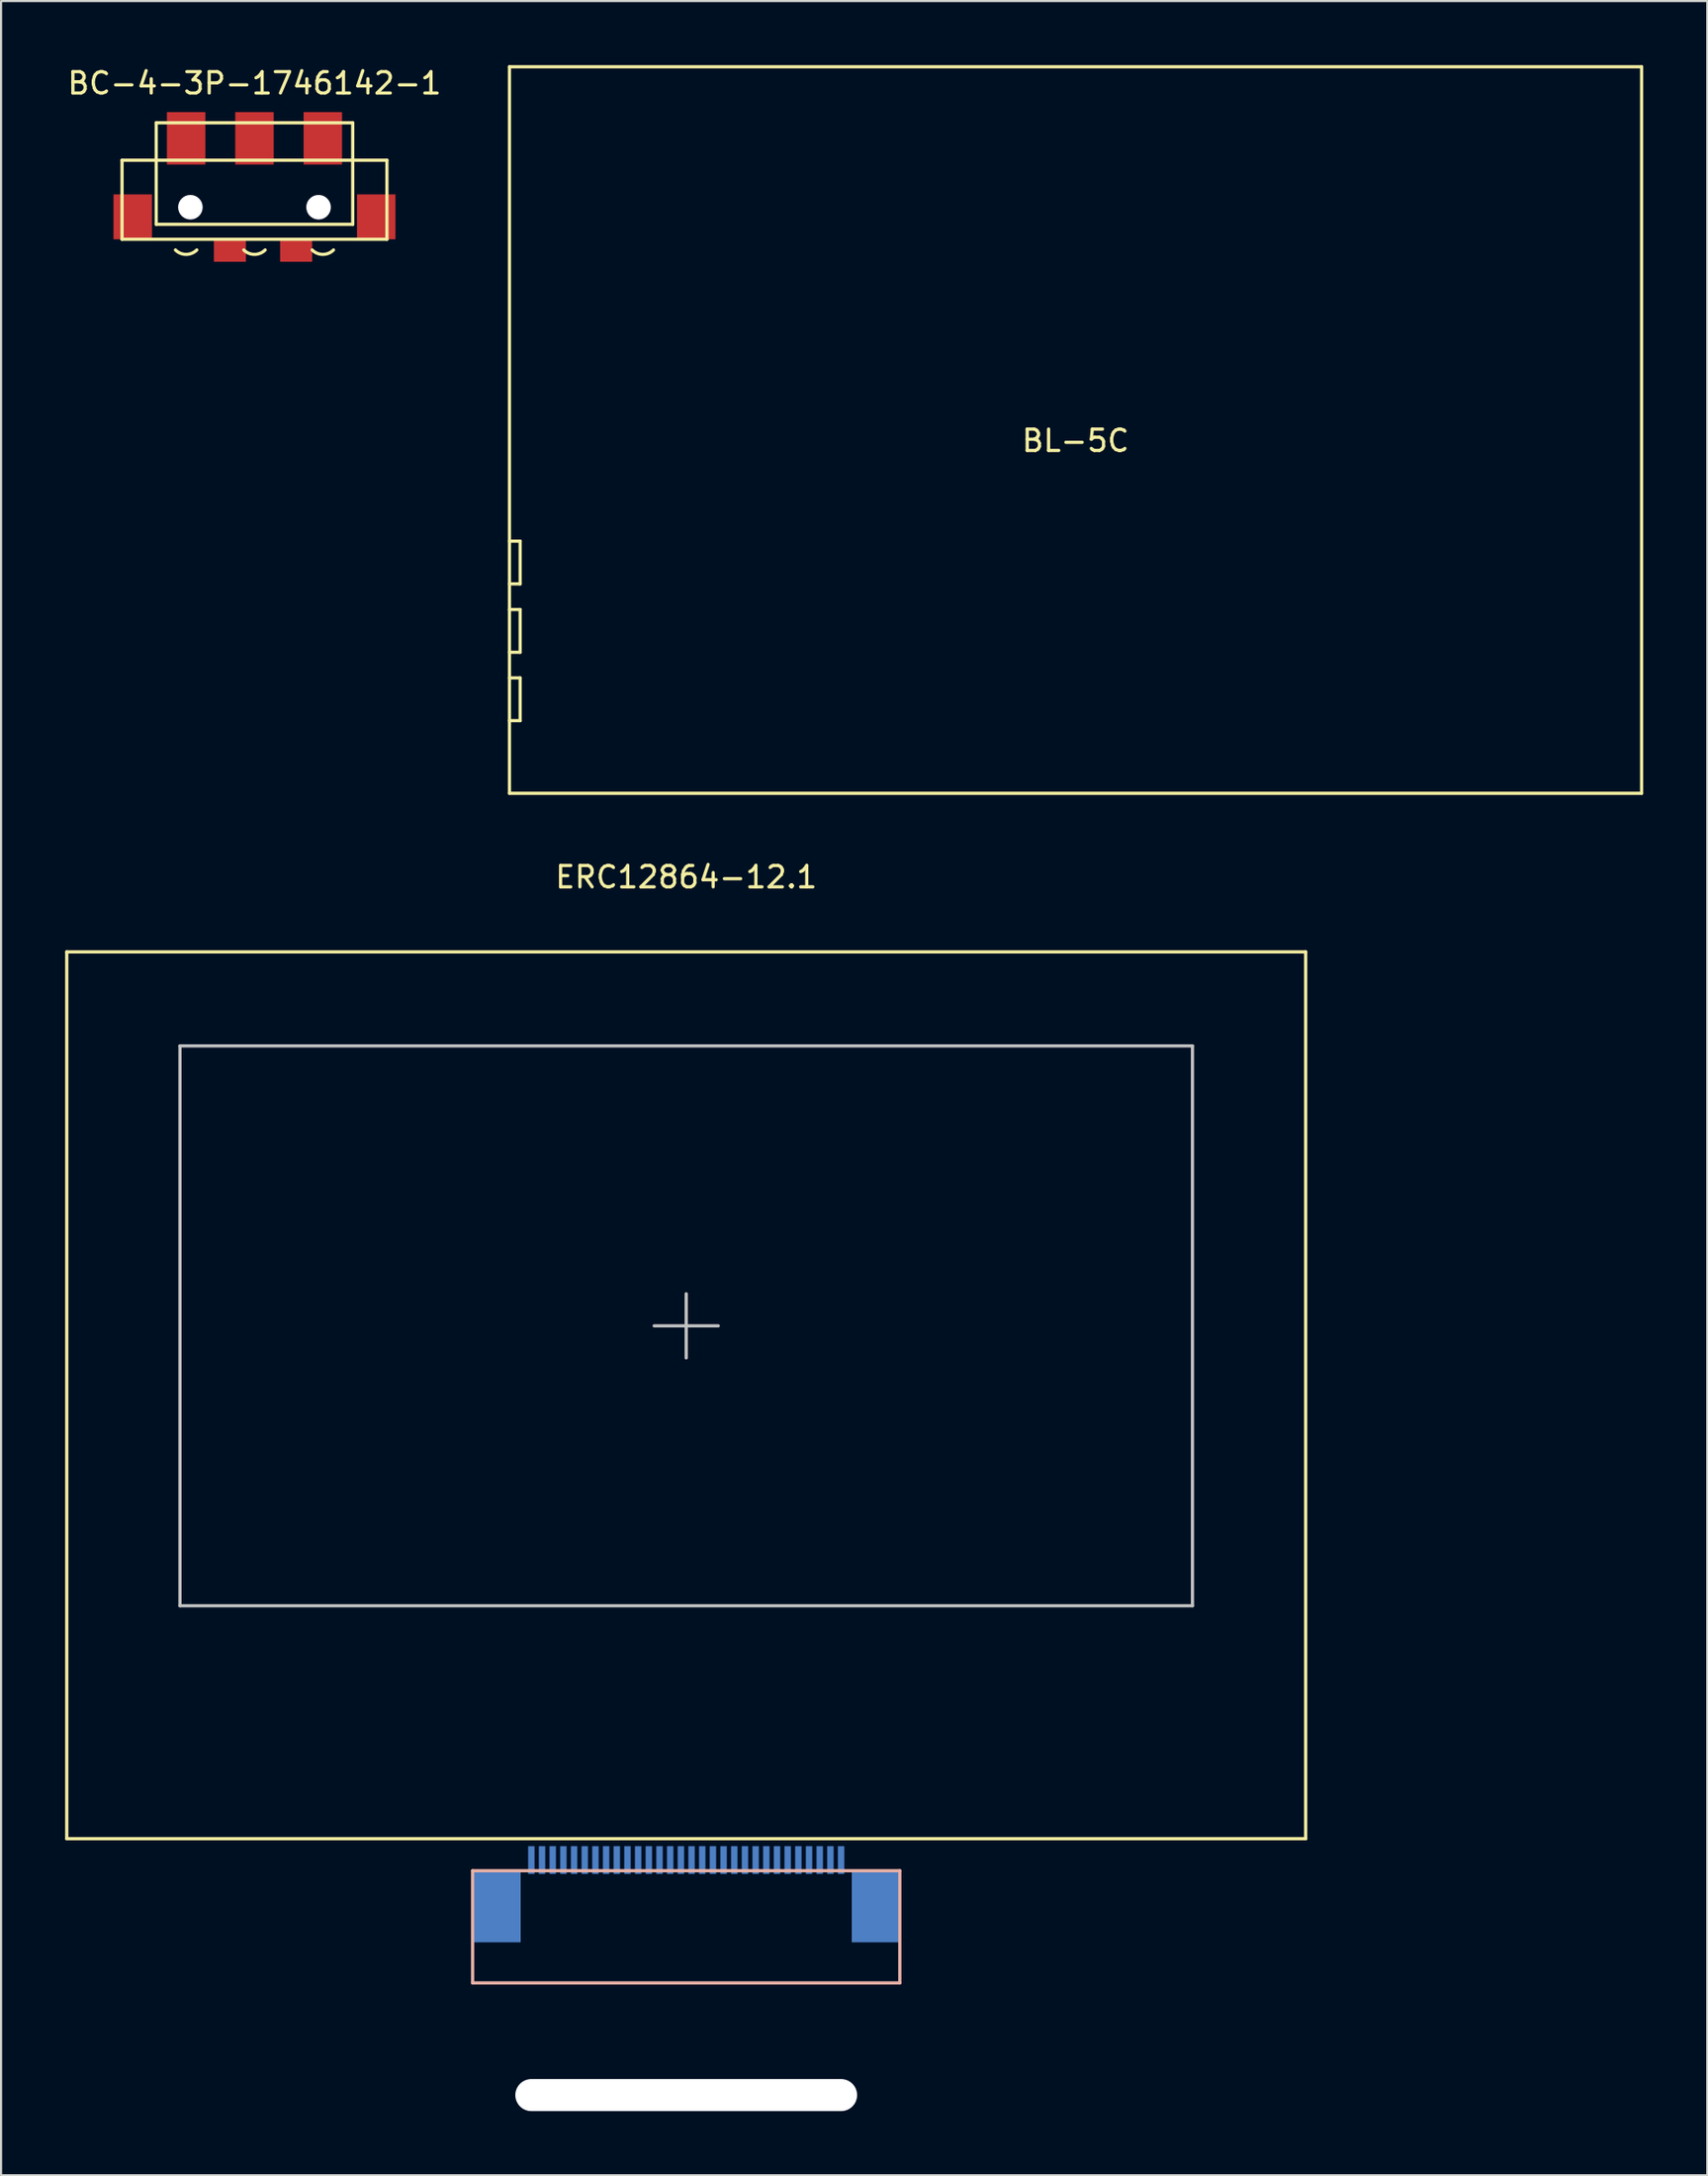
<source format=kicad_pcb>
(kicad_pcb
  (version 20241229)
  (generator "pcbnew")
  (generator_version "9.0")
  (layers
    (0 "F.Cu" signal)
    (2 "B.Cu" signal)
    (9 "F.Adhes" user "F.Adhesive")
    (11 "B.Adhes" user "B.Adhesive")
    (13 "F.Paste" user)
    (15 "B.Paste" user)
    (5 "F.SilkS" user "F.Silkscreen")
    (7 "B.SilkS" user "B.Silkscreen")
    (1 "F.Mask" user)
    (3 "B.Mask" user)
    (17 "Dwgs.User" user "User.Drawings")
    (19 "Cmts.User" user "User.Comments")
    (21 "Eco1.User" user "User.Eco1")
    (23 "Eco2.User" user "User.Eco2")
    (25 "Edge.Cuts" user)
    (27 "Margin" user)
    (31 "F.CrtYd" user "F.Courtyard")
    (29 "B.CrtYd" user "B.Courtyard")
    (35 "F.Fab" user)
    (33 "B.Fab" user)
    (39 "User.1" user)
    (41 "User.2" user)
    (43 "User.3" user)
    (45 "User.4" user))
  (footprint "ERC12864-12.1"
    (layer "F.Cu")
    (at 29.075 58.998)
    (property "Reference" "ERC12864-12.1" (at 0 -21 0) (layer "F.SilkS") (effects (font (size 1 1) (thickness 0.15))))
    (attr through_hole)
    (fp_line (start -29 -17.5) (end 29 -17.5) (stroke (width 0.15) (type solid)) (layer "F.SilkS"))
    (fp_line (start -29 24) (end -29 -17.5) (stroke (width 0.15) (type solid)) (layer "F.SilkS"))
    (fp_line (start 29 -17.5) (end 29 24) (stroke (width 0.15) (type solid)) (layer "F.SilkS"))
    (fp_line (start 29 24) (end -29 24) (stroke (width 0.15) (type solid)) (layer "F.SilkS"))
    (fp_line (start -10 25.5) (end -10 30.75) (stroke (width 0.15) (type solid)) (layer "B.SilkS"))
    (fp_line (start -10 30.75) (end 10 30.75) (stroke (width 0.15) (type solid)) (layer "B.SilkS"))
    (fp_line (start 10 25.5) (end -10 25.5) (stroke (width 0.15) (type solid)) (layer "B.SilkS"))
    (fp_line (start 10 30.75) (end 10 25.5) (stroke (width 0.15) (type solid)) (layer "B.SilkS"))
    (fp_line (start -23.7 -13.1) (end 23.7 -13.1) (stroke (width 0.15) (type solid)) (layer "Dwgs.User"))
    (fp_line (start -23.7 13.1) (end -23.7 -13.1) (stroke (width 0.15) (type solid)) (layer "Dwgs.User"))
    (fp_line (start -1.5 0) (end 1.5 0) (stroke (width 0.15) (type solid)) (layer "Dwgs.User"))
    (fp_line (start 0 -1.5) (end 0 1.5) (stroke (width 0.15) (type solid)) (layer "Dwgs.User"))
    (fp_line (start 23.7 -13.1) (end 23.7 13.1) (stroke (width 0.15) (type solid)) (layer "Dwgs.User"))
    (fp_line (start 23.7 13.1) (end -23.7 13.1) (stroke (width 0.15) (type solid)) (layer "Dwgs.User"))
    (pad "" np_thru_hole oval (at 0 36) (size 16 1.5) (drill oval 16 1.5) (layers "*.Cu" "*.Mask"))
    (pad "1" smd rect (at 7.25 25) (size 0.3 1.3) (layers "B.Cu" "B.Mask" "B.Paste"))
    (pad "2" smd rect (at 6.75 25) (size 0.3 1.3) (layers "B.Cu" "B.Mask" "B.Paste"))
    (pad "3" smd rect (at 6.25 25) (size 0.3 1.3) (layers "B.Cu" "B.Mask" "B.Paste"))
    (pad "4" smd rect (at 5.75 25) (size 0.3 1.3) (layers "B.Cu" "B.Mask" "B.Paste"))
    (pad "5" smd rect (at 5.25 25) (size 0.3 1.3) (layers "B.Cu" "B.Mask" "B.Paste"))
    (pad "6" smd rect (at 4.75 25) (size 0.3 1.3) (layers "B.Cu" "B.Mask" "B.Paste"))
    (pad "7" smd rect (at 4.25 25) (size 0.3 1.3) (layers "B.Cu" "B.Mask" "B.Paste"))
    (pad "8" smd rect (at 3.75 25) (size 0.3 1.3) (layers "B.Cu" "B.Mask" "B.Paste"))
    (pad "9" smd rect (at 3.25 25) (size 0.3 1.3) (layers "B.Cu" "B.Mask" "B.Paste"))
    (pad "10" smd rect (at 2.75 25) (size 0.3 1.3) (layers "B.Cu" "B.Mask" "B.Paste"))
    (pad "11" smd rect (at 2.25 25) (size 0.3 1.3) (layers "B.Cu" "B.Mask" "B.Paste"))
    (pad "12" smd rect (at 1.75 25) (size 0.3 1.3) (layers "B.Cu" "B.Mask" "B.Paste"))
    (pad "13" smd rect (at 1.25 25) (size 0.3 1.3) (layers "B.Cu" "B.Mask" "B.Paste"))
    (pad "14" smd rect (at 0.75 25) (size 0.3 1.3) (layers "B.Cu" "B.Mask" "B.Paste"))
    (pad "15" smd rect (at 0.25 25) (size 0.3 1.3) (layers "B.Cu" "B.Mask" "B.Paste"))
    (pad "16" smd rect (at -0.25 25) (size 0.3 1.3) (layers "B.Cu" "B.Mask" "B.Paste"))
    (pad "17" smd rect (at -0.75 25) (size 0.3 1.3) (layers "B.Cu" "B.Mask" "B.Paste"))
    (pad "18" smd rect (at -1.25 25) (size 0.3 1.3) (layers "B.Cu" "B.Mask" "B.Paste"))
    (pad "19" smd rect (at -1.75 25) (size 0.3 1.3) (layers "B.Cu" "B.Mask" "B.Paste"))
    (pad "20" smd rect (at -2.25 25) (size 0.3 1.3) (layers "B.Cu" "B.Mask" "B.Paste"))
    (pad "21" smd rect (at -2.75 25) (size 0.3 1.3) (layers "B.Cu" "B.Mask" "B.Paste"))
    (pad "22" smd rect (at -3.25 25) (size 0.3 1.3) (layers "B.Cu" "B.Mask" "B.Paste"))
    (pad "23" smd rect (at -3.75 25) (size 0.3 1.3) (layers "B.Cu" "B.Mask" "B.Paste"))
    (pad "24" smd rect (at -4.25 25) (size 0.3 1.3) (layers "B.Cu" "B.Mask" "B.Paste"))
    (pad "25" smd rect (at -4.75 25) (size 0.3 1.3) (layers "B.Cu" "B.Mask" "B.Paste"))
    (pad "26" smd rect (at -5.25 25) (size 0.3 1.3) (layers "B.Cu" "B.Mask" "B.Paste"))
    (pad "27" smd rect (at -5.75 25) (size 0.3 1.3) (layers "B.Cu" "B.Mask" "B.Paste"))
    (pad "28" smd rect (at -6.25 25) (size 0.3 1.3) (layers "B.Cu" "B.Mask" "B.Paste"))
    (pad "29" smd rect (at -6.75 25) (size 0.3 1.3) (layers "B.Cu" "B.Mask" "B.Paste"))
    (pad "30" smd rect (at -7.25 25) (size 0.3 1.3) (layers "B.Cu" "B.Mask" "B.Paste"))
    (pad "MP" smd rect (at -8.85 27.2) (size 2.2 3.3) (layers "B.Cu" "B.Mask" "B.Paste"))
    (pad "MP" smd rect (at 8.85 27.2) (size 2.2 3.3) (layers "B.Cu" "B.Mask" "B.Paste")))
  (footprint "BC-4-3P-1746142-1"
    (layer "F.Cu")
    (at 8.863 8.848)
    (property "Reference" "BC-4-3P-1746142-1" (at 0 -8 0) (layer "F.SilkS") (effects (font (size 1 1) (thickness 0.15))))
    (attr through_hole)
    (fp_line (start -6.2 -4.4) (end -6.2 -0.7) (stroke (width 0.15) (type solid)) (layer "F.SilkS"))
    (fp_line (start -6.2 -0.7) (end 6.2 -0.7) (stroke (width 0.15) (type solid)) (layer "F.SilkS"))
    (fp_line (start -4.6 -6.15) (end -4.6 -1.4) (stroke (width 0.15) (type solid)) (layer "F.SilkS"))
    (fp_line (start -4.6 -1.4) (end 4.6 -1.4) (stroke (width 0.15) (type solid)) (layer "F.SilkS"))
    (fp_line (start 4.6 -6.15) (end -4.6 -6.15) (stroke (width 0.15) (type solid)) (layer "F.SilkS"))
    (fp_line (start 4.6 -1.4) (end 4.6 -6.15) (stroke (width 0.15) (type solid)) (layer "F.SilkS"))
    (fp_line (start 6.2 -4.4) (end -6.2 -4.4) (stroke (width 0.15) (type solid)) (layer "F.SilkS"))
    (fp_line (start 6.2 -0.7) (end 6.2 -4.4) (stroke (width 0.15) (type solid)) (layer "F.SilkS"))
    (fp_arc (start -2.7 -0.2) (mid -3.2 0.007107) (end -3.7 -0.2) (stroke (width 0.15) (type solid)) (layer "F.SilkS"))
    (fp_arc (start 0.5 -0.2) (mid 0 0.007107) (end -0.5 -0.2) (stroke (width 0.15) (type solid)) (layer "F.SilkS"))
    (fp_arc (start 3.7 -0.2) (mid 3.2 0.007107) (end 2.7 -0.2) (stroke (width 0.15) (type solid)) (layer "F.SilkS"))
    (pad "" np_thru_hole circle (at -3 -2.2) (size 1.15 1.15) (drill 1.15) (layers "*.Cu" "*.Mask"))
    (pad "" np_thru_hole circle (at 3 -2.2) (size 1.15 1.15) (drill 1.15) (layers "*.Cu" "*.Mask"))
    (pad "1" smd rect (at -3.2 -5.425) (size 1.8 2.45) (layers "F.Cu" "F.Mask" "F.Paste"))
    (pad "2" smd rect (at 0 -5.425) (size 1.8 2.45) (layers "F.Cu" "F.Mask" "F.Paste"))
    (pad "3" smd rect (at 3.2 -5.425) (size 1.8 2.45) (layers "F.Cu" "F.Mask" "F.Paste"))
    (pad "MP" smd rect (at -5.7 -1.75) (size 1.8 2.1) (layers "F.Cu" "F.Mask" "F.Paste"))
    (pad "MP" smd rect (at -1.15 -0.15) (size 1.5 1) (layers "F.Cu" "F.Mask" "F.Paste"))
    (pad "MP" smd rect (at 1.95 -0.15) (size 1.5 1) (layers "F.Cu" "F.Mask" "F.Paste"))
    (pad "MP" smd rect (at 5.7 -1.75) (size 1.8 2.1) (layers "F.Cu" "F.Mask" "F.Paste")))
  (footprint "BL-5C"
    (layer "F.Cu")
    (at 47.301 17.075)
    (property "Reference" "BL-5C" (at 0 0.5 0) (layer "F.SilkS") (effects (font (size 1 1) (thickness 0.15))))
    (attr through_hole)
    (fp_line (start -26.5 -17) (end 26.5 -17) (stroke (width 0.15) (type solid)) (layer "F.SilkS"))
    (fp_line (start -26.5 5.2) (end -26 5.2) (stroke (width 0.15) (type solid)) (layer "F.SilkS"))
    (fp_line (start -26.5 8.4) (end -26 8.4) (stroke (width 0.15) (type solid)) (layer "F.SilkS"))
    (fp_line (start -26.5 11.6) (end -26 11.6) (stroke (width 0.15) (type solid)) (layer "F.SilkS"))
    (fp_line (start -26.5 17) (end -26.5 -17) (stroke (width 0.15) (type solid)) (layer "F.SilkS"))
    (fp_line (start -26 5.2) (end -26 7.2) (stroke (width 0.15) (type solid)) (layer "F.SilkS"))
    (fp_line (start -26 7.2) (end -26.5 7.2) (stroke (width 0.15) (type solid)) (layer "F.SilkS"))
    (fp_line (start -26 8.4) (end -26 10.4) (stroke (width 0.15) (type solid)) (layer "F.SilkS"))
    (fp_line (start -26 10.4) (end -26.5 10.4) (stroke (width 0.15) (type solid)) (layer "F.SilkS"))
    (fp_line (start -26 11.6) (end -26 13.6) (stroke (width 0.15) (type solid)) (layer "F.SilkS"))
    (fp_line (start -26 13.6) (end -26.5 13.6) (stroke (width 0.15) (type solid)) (layer "F.SilkS"))
    (fp_line (start 26.5 -17) (end 26.5 17) (stroke (width 0.15) (type solid)) (layer "F.SilkS"))
    (fp_line (start 26.5 17) (end -26.5 17) (stroke (width 0.15) (type solid)) (layer "F.SilkS")))
  (gr_rect
    (start -3 -3)
    (end 76.876 98.748)
    (stroke (width 0.1) (type default))
    (fill no)
    (layer "Edge.Cuts")))
</source>
